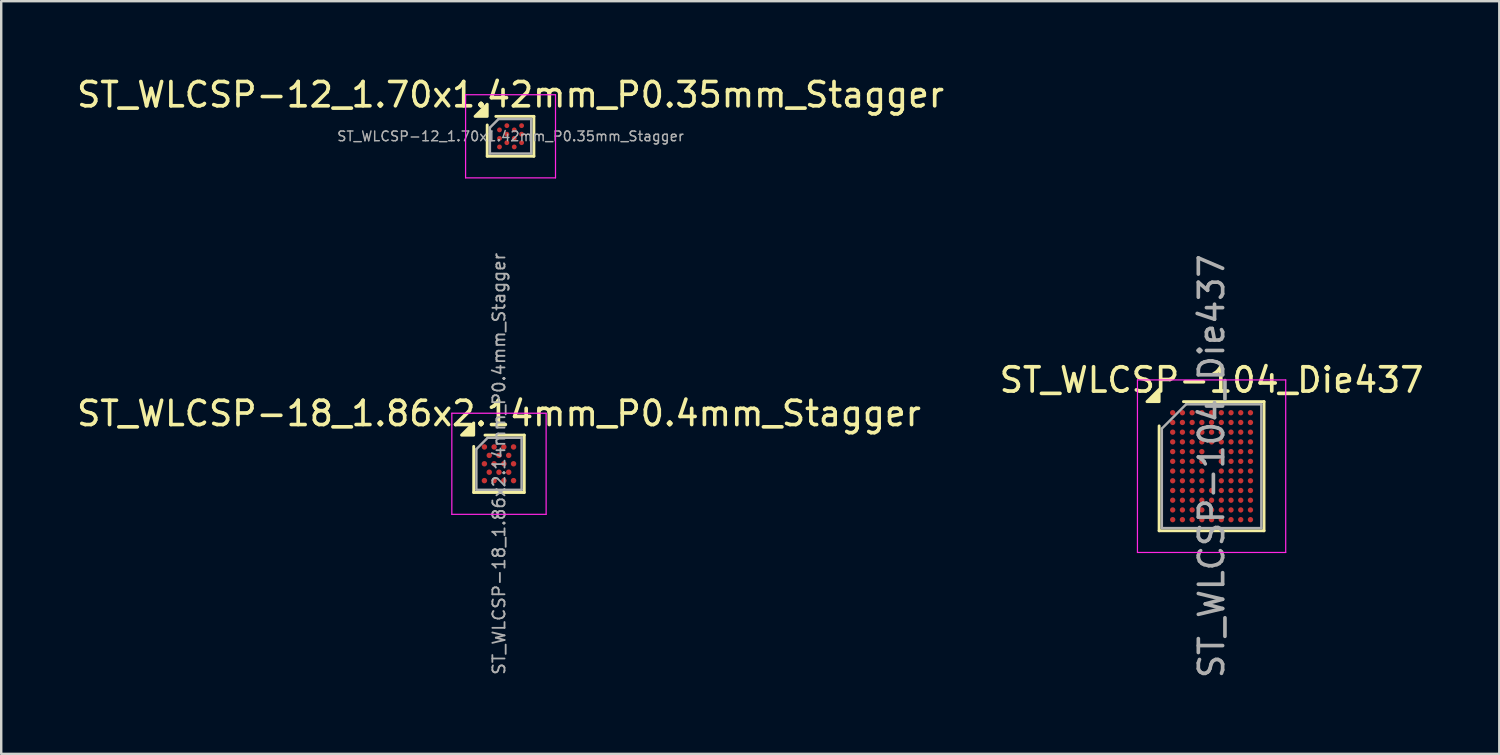
<source format=kicad_pcb>
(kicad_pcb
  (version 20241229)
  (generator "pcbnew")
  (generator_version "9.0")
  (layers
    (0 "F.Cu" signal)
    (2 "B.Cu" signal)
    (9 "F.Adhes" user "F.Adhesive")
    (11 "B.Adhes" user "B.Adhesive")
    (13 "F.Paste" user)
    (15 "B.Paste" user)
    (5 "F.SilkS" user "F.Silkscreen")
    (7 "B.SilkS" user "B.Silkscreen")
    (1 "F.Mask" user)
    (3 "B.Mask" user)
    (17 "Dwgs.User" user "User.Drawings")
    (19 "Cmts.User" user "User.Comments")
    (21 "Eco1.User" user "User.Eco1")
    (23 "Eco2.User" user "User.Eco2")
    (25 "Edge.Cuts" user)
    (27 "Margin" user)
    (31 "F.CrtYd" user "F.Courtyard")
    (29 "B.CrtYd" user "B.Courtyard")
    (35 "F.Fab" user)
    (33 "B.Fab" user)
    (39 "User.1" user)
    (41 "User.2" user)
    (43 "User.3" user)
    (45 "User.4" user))
  (footprint "ST_WLCSP-12_1.70x1.42mm_P0.35mm_Stagger"
    (layer "F.Cu")
    (at 17.958 2.558)
    (property "Reference" "ST_WLCSP-12_1.70x1.42mm_P0.35mm_Stagger" (at 0 -1.71 0) (layer "F.SilkS") (effects (font (size 1 1) (thickness 0.15))))
    (attr smd)
    (fp_line (start -0.96 0.82) (end -0.96 -0.465) (stroke (width 0.12) (type solid)) (layer "F.SilkS"))
    (fp_line (start -0.605 -0.82) (end 0.96 -0.82) (stroke (width 0.12) (type solid)) (layer "F.SilkS"))
    (fp_line (start 0.96 -0.82) (end 0.96 0.82) (stroke (width 0.12) (type solid)) (layer "F.SilkS"))
    (fp_line (start 0.96 0.82) (end -0.96 0.82) (stroke (width 0.12) (type solid)) (layer "F.SilkS"))
    (fp_poly (pts (xy -0.96 -0.82) (xy -1.46 -0.82) (xy -0.96 -1.32) (xy -0.96 -0.82)) (stroke (width 0.12) (type solid)) (fill yes) (layer "F.SilkS"))
    (fp_line (start -1.85 -1.71) (end -1.85 1.71) (stroke (width 0.05) (type solid)) (layer "F.CrtYd"))
    (fp_line (start -1.85 1.71) (end 1.85 1.71) (stroke (width 0.05) (type solid)) (layer "F.CrtYd"))
    (fp_line (start 1.85 -1.71) (end -1.85 -1.71) (stroke (width 0.05) (type solid)) (layer "F.CrtYd"))
    (fp_line (start 1.85 1.71) (end 1.85 -1.71) (stroke (width 0.05) (type solid)) (layer "F.CrtYd"))
    (fp_line (start -0.85 -0.355) (end -0.495 -0.71) (stroke (width 0.1) (type solid)) (layer "F.Fab"))
    (fp_line (start -0.85 0.71) (end -0.85 -0.355) (stroke (width 0.1) (type solid)) (layer "F.Fab"))
    (fp_line (start -0.495 -0.71) (end 0.85 -0.71) (stroke (width 0.1) (type solid)) (layer "F.Fab"))
    (fp_line (start 0.85 -0.71) (end 0.85 0.71) (stroke (width 0.1) (type solid)) (layer "F.Fab"))
    (fp_line (start 0.85 0.71) (end -0.85 0.71) (stroke (width 0.1) (type solid)) (layer "F.Fab"))
    (fp_text user "${REFERENCE}" (at 0 0 0) (layer "F.Fab") (effects (font (size 0.4 0.4) (thickness 0.06))))
    (pad "A2" smd circle (at -0.152 -0.438) (size 0.2 0.2) (property pad_prop_bga) (layers "F.Cu" "F.Mask" "F.Paste"))
    (pad "A4" smd circle (at 0.455 -0.438) (size 0.2 0.2) (property pad_prop_bga) (layers "F.Cu" "F.Mask" "F.Paste"))
    (pad "B1" smd circle (at -0.455 -0.263) (size 0.2 0.2) (property pad_prop_bga) (layers "F.Cu" "F.Mask" "F.Paste"))
    (pad "B3" smd circle (at 0.152 -0.263) (size 0.2 0.2) (property pad_prop_bga) (layers "F.Cu" "F.Mask" "F.Paste"))
    (pad "C2" smd circle (at -0.152 -0.087) (size 0.2 0.2) (property pad_prop_bga) (layers "F.Cu" "F.Mask" "F.Paste"))
    (pad "C4" smd circle (at 0.455 -0.087) (size 0.2 0.2) (property pad_prop_bga) (layers "F.Cu" "F.Mask" "F.Paste"))
    (pad "D1" smd circle (at -0.455 0.087) (size 0.2 0.2) (property pad_prop_bga) (layers "F.Cu" "F.Mask" "F.Paste"))
    (pad "D3" smd circle (at 0.152 0.087) (size 0.2 0.2) (property pad_prop_bga) (layers "F.Cu" "F.Mask" "F.Paste"))
    (pad "E2" smd circle (at -0.152 0.263) (size 0.2 0.2) (property pad_prop_bga) (layers "F.Cu" "F.Mask" "F.Paste"))
    (pad "E4" smd circle (at 0.455 0.263) (size 0.2 0.2) (property pad_prop_bga) (layers "F.Cu" "F.Mask" "F.Paste"))
    (pad "F1" smd circle (at -0.455 0.438) (size 0.2 0.2) (property pad_prop_bga) (layers "F.Cu" "F.Mask" "F.Paste"))
    (pad "F3" smd circle (at 0.152 0.438) (size 0.2 0.2) (property pad_prop_bga) (layers "F.Cu" "F.Mask" "F.Paste")))
  (footprint "ST_WLCSP-104_Die437"
    (layer "F.Cu")
    (at 46.804 16.133)
    (property "Reference" "ST_WLCSP-104_Die437" (at 0 -3.547 0) (layer "F.SilkS") (effects (font (size 1 1) (thickness 0.15))))
    (attr smd)
    (fp_line (start -2.158 2.657) (end -2.158 -1.657) (stroke (width 0.12) (type solid)) (layer "F.SilkS"))
    (fp_line (start -1.157 -2.657) (end 2.158 -2.657) (stroke (width 0.12) (type solid)) (layer "F.SilkS"))
    (fp_line (start 2.158 -2.657) (end 2.158 2.657) (stroke (width 0.12) (type solid)) (layer "F.SilkS"))
    (fp_line (start 2.158 2.657) (end -2.158 2.657) (stroke (width 0.12) (type solid)) (layer "F.SilkS"))
    (fp_poly (pts (xy -2.158 -2.657) (xy -2.658 -2.657) (xy -2.158 -3.157) (xy -2.158 -2.657)) (stroke (width 0.12) (type solid)) (fill yes) (layer "F.SilkS"))
    (fp_line (start -3.05 -3.55) (end -3.05 3.55) (stroke (width 0.05) (type solid)) (layer "F.CrtYd"))
    (fp_line (start -3.05 3.55) (end 3.05 3.55) (stroke (width 0.05) (type solid)) (layer "F.CrtYd"))
    (fp_line (start 3.05 -3.55) (end -3.05 -3.55) (stroke (width 0.05) (type solid)) (layer "F.CrtYd"))
    (fp_line (start 3.05 3.55) (end 3.05 -3.55) (stroke (width 0.05) (type solid)) (layer "F.CrtYd"))
    (fp_line (start -2.047 -1.547) (end -1.048 -2.547) (stroke (width 0.1) (type solid)) (layer "F.Fab"))
    (fp_line (start -2.047 2.547) (end -2.047 -1.547) (stroke (width 0.1) (type solid)) (layer "F.Fab"))
    (fp_line (start -1.048 -2.547) (end 2.047 -2.547) (stroke (width 0.1) (type solid)) (layer "F.Fab"))
    (fp_line (start 2.047 -2.547) (end 2.047 2.547) (stroke (width 0.1) (type solid)) (layer "F.Fab"))
    (fp_line (start 2.047 2.547) (end -2.047 2.547) (stroke (width 0.1) (type solid)) (layer "F.Fab"))
    (fp_text user "${REFERENCE}" (at 0 0 270) (layer "F.Fab") (effects (font (size 1 1) (thickness 0.15))))
    (pad "A1" smd circle (at -1.6 -2.2) (size 0.22 0.22) (property pad_prop_bga) (layers "F.Cu" "F.Mask" "F.Paste"))
    (pad "A2" smd circle (at -1.2 -2.2) (size 0.22 0.22) (property pad_prop_bga) (layers "F.Cu" "F.Mask" "F.Paste"))
    (pad "A3" smd circle (at -0.8 -2.2) (size 0.22 0.22) (property pad_prop_bga) (layers "F.Cu" "F.Mask" "F.Paste"))
    (pad "A4" smd circle (at -0.4 -2.2) (size 0.22 0.22) (property pad_prop_bga) (layers "F.Cu" "F.Mask" "F.Paste"))
    (pad "A5" smd circle (at 0 -2.2) (size 0.22 0.22) (property pad_prop_bga) (layers "F.Cu" "F.Mask" "F.Paste"))
    (pad "A6" smd circle (at 0.4 -2.2) (size 0.22 0.22) (property pad_prop_bga) (layers "F.Cu" "F.Mask" "F.Paste"))
    (pad "A7" smd circle (at 0.8 -2.2) (size 0.22 0.22) (property pad_prop_bga) (layers "F.Cu" "F.Mask" "F.Paste"))
    (pad "A8" smd circle (at 1.2 -2.2) (size 0.22 0.22) (property pad_prop_bga) (layers "F.Cu" "F.Mask" "F.Paste"))
    (pad "A9" smd circle (at 1.6 -2.2) (size 0.22 0.22) (property pad_prop_bga) (layers "F.Cu" "F.Mask" "F.Paste"))
    (pad "B1" smd circle (at -1.6 -1.8) (size 0.22 0.22) (property pad_prop_bga) (layers "F.Cu" "F.Mask" "F.Paste"))
    (pad "B2" smd circle (at -1.2 -1.8) (size 0.22 0.22) (property pad_prop_bga) (layers "F.Cu" "F.Mask" "F.Paste"))
    (pad "B3" smd circle (at -0.8 -1.8) (size 0.22 0.22) (property pad_prop_bga) (layers "F.Cu" "F.Mask" "F.Paste"))
    (pad "B4" smd circle (at -0.4 -1.8) (size 0.22 0.22) (property pad_prop_bga) (layers "F.Cu" "F.Mask" "F.Paste"))
    (pad "B5" smd circle (at 0 -1.8) (size 0.22 0.22) (property pad_prop_bga) (layers "F.Cu" "F.Mask" "F.Paste"))
    (pad "B6" smd circle (at 0.4 -1.8) (size 0.22 0.22) (property pad_prop_bga) (layers "F.Cu" "F.Mask" "F.Paste"))
    (pad "B7" smd circle (at 0.8 -1.8) (size 0.22 0.22) (property pad_prop_bga) (layers "F.Cu" "F.Mask" "F.Paste"))
    (pad "B8" smd circle (at 1.2 -1.8) (size 0.22 0.22) (property pad_prop_bga) (layers "F.Cu" "F.Mask" "F.Paste"))
    (pad "B9" smd circle (at 1.6 -1.8) (size 0.22 0.22) (property pad_prop_bga) (layers "F.Cu" "F.Mask" "F.Paste"))
    (pad "C1" smd circle (at -1.6 -1.4) (size 0.22 0.22) (property pad_prop_bga) (layers "F.Cu" "F.Mask" "F.Paste"))
    (pad "C2" smd circle (at -1.2 -1.4) (size 0.22 0.22) (property pad_prop_bga) (layers "F.Cu" "F.Mask" "F.Paste"))
    (pad "C3" smd circle (at -0.8 -1.4) (size 0.22 0.22) (property pad_prop_bga) (layers "F.Cu" "F.Mask" "F.Paste"))
    (pad "C4" smd circle (at -0.4 -1.4) (size 0.22 0.22) (property pad_prop_bga) (layers "F.Cu" "F.Mask" "F.Paste"))
    (pad "C5" smd circle (at 0 -1.4) (size 0.22 0.22) (property pad_prop_bga) (layers "F.Cu" "F.Mask" "F.Paste"))
    (pad "C6" smd circle (at 0.4 -1.4) (size 0.22 0.22) (property pad_prop_bga) (layers "F.Cu" "F.Mask" "F.Paste"))
    (pad "C7" smd circle (at 0.8 -1.4) (size 0.22 0.22) (property pad_prop_bga) (layers "F.Cu" "F.Mask" "F.Paste"))
    (pad "C8" smd circle (at 1.2 -1.4) (size 0.22 0.22) (property pad_prop_bga) (layers "F.Cu" "F.Mask" "F.Paste"))
    (pad "C9" smd circle (at 1.6 -1.4) (size 0.22 0.22) (property pad_prop_bga) (layers "F.Cu" "F.Mask" "F.Paste"))
    (pad "D1" smd circle (at -1.6 -1) (size 0.22 0.22) (property pad_prop_bga) (layers "F.Cu" "F.Mask" "F.Paste"))
    (pad "D2" smd circle (at -1.2 -1) (size 0.22 0.22) (property pad_prop_bga) (layers "F.Cu" "F.Mask" "F.Paste"))
    (pad "D3" smd circle (at -0.8 -1) (size 0.22 0.22) (property pad_prop_bga) (layers "F.Cu" "F.Mask" "F.Paste"))
    (pad "D4" smd circle (at -0.4 -1) (size 0.22 0.22) (property pad_prop_bga) (layers "F.Cu" "F.Mask" "F.Paste"))
    (pad "D5" smd circle (at 0 -1) (size 0.22 0.22) (property pad_prop_bga) (layers "F.Cu" "F.Mask" "F.Paste"))
    (pad "D6" smd circle (at 0.4 -1) (size 0.22 0.22) (property pad_prop_bga) (layers "F.Cu" "F.Mask" "F.Paste"))
    (pad "D7" smd circle (at 0.8 -1) (size 0.22 0.22) (property pad_prop_bga) (layers "F.Cu" "F.Mask" "F.Paste"))
    (pad "D8" smd circle (at 1.2 -1) (size 0.22 0.22) (property pad_prop_bga) (layers "F.Cu" "F.Mask" "F.Paste"))
    (pad "D9" smd circle (at 1.6 -1) (size 0.22 0.22) (property pad_prop_bga) (layers "F.Cu" "F.Mask" "F.Paste"))
    (pad "E1" smd circle (at -1.6 -0.6) (size 0.22 0.22) (property pad_prop_bga) (layers "F.Cu" "F.Mask" "F.Paste"))
    (pad "E2" smd circle (at -1.2 -0.6) (size 0.22 0.22) (property pad_prop_bga) (layers "F.Cu" "F.Mask" "F.Paste"))
    (pad "E3" smd circle (at -0.8 -0.6) (size 0.22 0.22) (property pad_prop_bga) (layers "F.Cu" "F.Mask" "F.Paste"))
    (pad "E4" smd circle (at -0.4 -0.6) (size 0.22 0.22) (property pad_prop_bga) (layers "F.Cu" "F.Mask" "F.Paste"))
    (pad "E6" smd circle (at 0.4 -0.6) (size 0.22 0.22) (property pad_prop_bga) (layers "F.Cu" "F.Mask" "F.Paste"))
    (pad "E7" smd circle (at 0.8 -0.6) (size 0.22 0.22) (property pad_prop_bga) (layers "F.Cu" "F.Mask" "F.Paste"))
    (pad "E8" smd circle (at 1.2 -0.6) (size 0.22 0.22) (property pad_prop_bga) (layers "F.Cu" "F.Mask" "F.Paste"))
    (pad "E9" smd circle (at 1.6 -0.6) (size 0.22 0.22) (property pad_prop_bga) (layers "F.Cu" "F.Mask" "F.Paste"))
    (pad "F1" smd circle (at -1.6 -0.2) (size 0.22 0.22) (property pad_prop_bga) (layers "F.Cu" "F.Mask" "F.Paste"))
    (pad "F2" smd circle (at -1.2 -0.2) (size 0.22 0.22) (property pad_prop_bga) (layers "F.Cu" "F.Mask" "F.Paste"))
    (pad "F3" smd circle (at -0.8 -0.2) (size 0.22 0.22) (property pad_prop_bga) (layers "F.Cu" "F.Mask" "F.Paste"))
    (pad "F4" smd circle (at -0.4 -0.2) (size 0.22 0.22) (property pad_prop_bga) (layers "F.Cu" "F.Mask" "F.Paste"))
    (pad "F6" smd circle (at 0.4 -0.2) (size 0.22 0.22) (property pad_prop_bga) (layers "F.Cu" "F.Mask" "F.Paste"))
    (pad "F7" smd circle (at 0.8 -0.2) (size 0.22 0.22) (property pad_prop_bga) (layers "F.Cu" "F.Mask" "F.Paste"))
    (pad "F8" smd circle (at 1.2 -0.2) (size 0.22 0.22) (property pad_prop_bga) (layers "F.Cu" "F.Mask" "F.Paste"))
    (pad "F9" smd circle (at 1.6 -0.2) (size 0.22 0.22) (property pad_prop_bga) (layers "F.Cu" "F.Mask" "F.Paste"))
    (pad "G1" smd circle (at -1.6 0.2) (size 0.22 0.22) (property pad_prop_bga) (layers "F.Cu" "F.Mask" "F.Paste"))
    (pad "G2" smd circle (at -1.2 0.2) (size 0.22 0.22) (property pad_prop_bga) (layers "F.Cu" "F.Mask" "F.Paste"))
    (pad "G3" smd circle (at -0.8 0.2) (size 0.22 0.22) (property pad_prop_bga) (layers "F.Cu" "F.Mask" "F.Paste"))
    (pad "G4" smd circle (at -0.4 0.2) (size 0.22 0.22) (property pad_prop_bga) (layers "F.Cu" "F.Mask" "F.Paste"))
    (pad "G6" smd circle (at 0.4 0.2) (size 0.22 0.22) (property pad_prop_bga) (layers "F.Cu" "F.Mask" "F.Paste"))
    (pad "G7" smd circle (at 0.8 0.2) (size 0.22 0.22) (property pad_prop_bga) (layers "F.Cu" "F.Mask" "F.Paste"))
    (pad "G8" smd circle (at 1.2 0.2) (size 0.22 0.22) (property pad_prop_bga) (layers "F.Cu" "F.Mask" "F.Paste"))
    (pad "G9" smd circle (at 1.6 0.2) (size 0.22 0.22) (property pad_prop_bga) (layers "F.Cu" "F.Mask" "F.Paste"))
    (pad "H1" smd circle (at -1.6 0.6) (size 0.22 0.22) (property pad_prop_bga) (layers "F.Cu" "F.Mask" "F.Paste"))
    (pad "H2" smd circle (at -1.2 0.6) (size 0.22 0.22) (property pad_prop_bga) (layers "F.Cu" "F.Mask" "F.Paste"))
    (pad "H3" smd circle (at -0.8 0.6) (size 0.22 0.22) (property pad_prop_bga) (layers "F.Cu" "F.Mask" "F.Paste"))
    (pad "H4" smd circle (at -0.4 0.6) (size 0.22 0.22) (property pad_prop_bga) (layers "F.Cu" "F.Mask" "F.Paste"))
    (pad "H6" smd circle (at 0.4 0.6) (size 0.22 0.22) (property pad_prop_bga) (layers "F.Cu" "F.Mask" "F.Paste"))
    (pad "H7" smd circle (at 0.8 0.6) (size 0.22 0.22) (property pad_prop_bga) (layers "F.Cu" "F.Mask" "F.Paste"))
    (pad "H8" smd circle (at 1.2 0.6) (size 0.22 0.22) (property pad_prop_bga) (layers "F.Cu" "F.Mask" "F.Paste"))
    (pad "H9" smd circle (at 1.6 0.6) (size 0.22 0.22) (property pad_prop_bga) (layers "F.Cu" "F.Mask" "F.Paste"))
    (pad "J1" smd circle (at -1.6 1) (size 0.22 0.22) (property pad_prop_bga) (layers "F.Cu" "F.Mask" "F.Paste"))
    (pad "J2" smd circle (at -1.2 1) (size 0.22 0.22) (property pad_prop_bga) (layers "F.Cu" "F.Mask" "F.Paste"))
    (pad "J3" smd circle (at -0.8 1) (size 0.22 0.22) (property pad_prop_bga) (layers "F.Cu" "F.Mask" "F.Paste"))
    (pad "J4" smd circle (at -0.4 1) (size 0.22 0.22) (property pad_prop_bga) (layers "F.Cu" "F.Mask" "F.Paste"))
    (pad "J5" smd circle (at 0 1) (size 0.22 0.22) (property pad_prop_bga) (layers "F.Cu" "F.Mask" "F.Paste"))
    (pad "J6" smd circle (at 0.4 1) (size 0.22 0.22) (property pad_prop_bga) (layers "F.Cu" "F.Mask" "F.Paste"))
    (pad "J7" smd circle (at 0.8 1) (size 0.22 0.22) (property pad_prop_bga) (layers "F.Cu" "F.Mask" "F.Paste"))
    (pad "J8" smd circle (at 1.2 1) (size 0.22 0.22) (property pad_prop_bga) (layers "F.Cu" "F.Mask" "F.Paste"))
    (pad "J9" smd circle (at 1.6 1) (size 0.22 0.22) (property pad_prop_bga) (layers "F.Cu" "F.Mask" "F.Paste"))
    (pad "K1" smd circle (at -1.6 1.4) (size 0.22 0.22) (property pad_prop_bga) (layers "F.Cu" "F.Mask" "F.Paste"))
    (pad "K2" smd circle (at -1.2 1.4) (size 0.22 0.22) (property pad_prop_bga) (layers "F.Cu" "F.Mask" "F.Paste"))
    (pad "K3" smd circle (at -0.8 1.4) (size 0.22 0.22) (property pad_prop_bga) (layers "F.Cu" "F.Mask" "F.Paste"))
    (pad "K4" smd circle (at -0.4 1.4) (size 0.22 0.22) (property pad_prop_bga) (layers "F.Cu" "F.Mask" "F.Paste"))
    (pad "K5" smd circle (at 0 1.4) (size 0.22 0.22) (property pad_prop_bga) (layers "F.Cu" "F.Mask" "F.Paste"))
    (pad "K6" smd circle (at 0.4 1.4) (size 0.22 0.22) (property pad_prop_bga) (layers "F.Cu" "F.Mask" "F.Paste"))
    (pad "K7" smd circle (at 0.8 1.4) (size 0.22 0.22) (property pad_prop_bga) (layers "F.Cu" "F.Mask" "F.Paste"))
    (pad "K8" smd circle (at 1.2 1.4) (size 0.22 0.22) (property pad_prop_bga) (layers "F.Cu" "F.Mask" "F.Paste"))
    (pad "K9" smd circle (at 1.6 1.4) (size 0.22 0.22) (property pad_prop_bga) (layers "F.Cu" "F.Mask" "F.Paste"))
    (pad "L1" smd circle (at -1.6 1.8) (size 0.22 0.22) (property pad_prop_bga) (layers "F.Cu" "F.Mask" "F.Paste"))
    (pad "L2" smd circle (at -1.2 1.8) (size 0.22 0.22) (property pad_prop_bga) (layers "F.Cu" "F.Mask" "F.Paste"))
    (pad "L3" smd circle (at -0.8 1.8) (size 0.22 0.22) (property pad_prop_bga) (layers "F.Cu" "F.Mask" "F.Paste"))
    (pad "L4" smd circle (at -0.4 1.8) (size 0.22 0.22) (property pad_prop_bga) (layers "F.Cu" "F.Mask" "F.Paste"))
    (pad "L5" smd circle (at 0 1.8) (size 0.22 0.22) (property pad_prop_bga) (layers "F.Cu" "F.Mask" "F.Paste"))
    (pad "L6" smd circle (at 0.4 1.8) (size 0.22 0.22) (property pad_prop_bga) (layers "F.Cu" "F.Mask" "F.Paste"))
    (pad "L7" smd circle (at 0.8 1.8) (size 0.22 0.22) (property pad_prop_bga) (layers "F.Cu" "F.Mask" "F.Paste"))
    (pad "L8" smd circle (at 1.2 1.8) (size 0.22 0.22) (property pad_prop_bga) (layers "F.Cu" "F.Mask" "F.Paste"))
    (pad "L9" smd circle (at 1.6 1.8) (size 0.22 0.22) (property pad_prop_bga) (layers "F.Cu" "F.Mask" "F.Paste"))
    (pad "M1" smd circle (at -1.6 2.2) (size 0.22 0.22) (property pad_prop_bga) (layers "F.Cu" "F.Mask" "F.Paste"))
    (pad "M2" smd circle (at -1.2 2.2) (size 0.22 0.22) (property pad_prop_bga) (layers "F.Cu" "F.Mask" "F.Paste"))
    (pad "M3" smd circle (at -0.8 2.2) (size 0.22 0.22) (property pad_prop_bga) (layers "F.Cu" "F.Mask" "F.Paste"))
    (pad "M4" smd circle (at -0.4 2.2) (size 0.22 0.22) (property pad_prop_bga) (layers "F.Cu" "F.Mask" "F.Paste"))
    (pad "M5" smd circle (at 0 2.2) (size 0.22 0.22) (property pad_prop_bga) (layers "F.Cu" "F.Mask" "F.Paste"))
    (pad "M6" smd circle (at 0.4 2.2) (size 0.22 0.22) (property pad_prop_bga) (layers "F.Cu" "F.Mask" "F.Paste"))
    (pad "M7" smd circle (at 0.8 2.2) (size 0.22 0.22) (property pad_prop_bga) (layers "F.Cu" "F.Mask" "F.Paste"))
    (pad "M8" smd circle (at 1.2 2.2) (size 0.22 0.22) (property pad_prop_bga) (layers "F.Cu" "F.Mask" "F.Paste"))
    (pad "M9" smd circle (at 1.6 2.2) (size 0.22 0.22) (property pad_prop_bga) (layers "F.Cu" "F.Mask" "F.Paste")))
  (footprint "ST_WLCSP-18_1.86x2.14mm_P0.4mm_Stagger"
    (layer "F.Cu")
    (at 17.482 16.034)
    (property "Reference" "ST_WLCSP-18_1.86x2.14mm_P0.4mm_Stagger" (at 0 -2.07 0) (layer "F.SilkS") (effects (font (size 1 1) (thickness 0.15))))
    (attr smd)
    (fp_line (start -1.04 1.18) (end -1.04 -0.715) (stroke (width 0.12) (type solid)) (layer "F.SilkS"))
    (fp_line (start -0.575 -1.18) (end 1.04 -1.18) (stroke (width 0.12) (type solid)) (layer "F.SilkS"))
    (fp_line (start 1.04 -1.18) (end 1.04 1.18) (stroke (width 0.12) (type solid)) (layer "F.SilkS"))
    (fp_line (start 1.04 1.18) (end -1.04 1.18) (stroke (width 0.12) (type solid)) (layer "F.SilkS"))
    (fp_poly (pts (xy -1.04 -1.18) (xy -1.54 -1.18) (xy -1.04 -1.68) (xy -1.04 -1.18)) (stroke (width 0.12) (type solid)) (fill yes) (layer "F.SilkS"))
    (fp_line (start -1.94 -2.08) (end -1.94 2.08) (stroke (width 0.05) (type solid)) (layer "F.CrtYd"))
    (fp_line (start -1.94 2.08) (end 1.94 2.08) (stroke (width 0.05) (type solid)) (layer "F.CrtYd"))
    (fp_line (start 1.94 -2.08) (end -1.94 -2.08) (stroke (width 0.05) (type solid)) (layer "F.CrtYd"))
    (fp_line (start 1.94 2.08) (end 1.94 -2.08) (stroke (width 0.05) (type solid)) (layer "F.CrtYd"))
    (fp_line (start -0.93 -0.605) (end -0.465 -1.07) (stroke (width 0.1) (type solid)) (layer "F.Fab"))
    (fp_line (start -0.93 1.07) (end -0.93 -0.605) (stroke (width 0.1) (type solid)) (layer "F.Fab"))
    (fp_line (start -0.465 -1.07) (end 0.93 -1.07) (stroke (width 0.1) (type solid)) (layer "F.Fab"))
    (fp_line (start 0.93 -1.07) (end 0.93 1.07) (stroke (width 0.1) (type solid)) (layer "F.Fab"))
    (fp_line (start 0.93 1.07) (end -0.93 1.07) (stroke (width 0.1) (type solid)) (layer "F.Fab"))
    (fp_text user "${REFERENCE}" (at 0 0 270) (layer "F.Fab") (effects (font (size 0.5 0.5) (thickness 0.075))))
    (pad "A1" smd circle (at -0.6 -0.693) (size 0.225 0.225) (property pad_prop_bga) (layers "F.Cu" "F.Mask" "F.Paste"))
    (pad "A3" smd circle (at -0.2 -0.693) (size 0.225 0.225) (property pad_prop_bga) (layers "F.Cu" "F.Mask" "F.Paste"))
    (pad "A5" smd circle (at 0.2 -0.693) (size 0.225 0.225) (property pad_prop_bga) (layers "F.Cu" "F.Mask" "F.Paste"))
    (pad "A7" smd circle (at 0.6 -0.693) (size 0.225 0.225) (property pad_prop_bga) (layers "F.Cu" "F.Mask" "F.Paste"))
    (pad "B2" smd circle (at -0.4 -0.346) (size 0.225 0.225) (property pad_prop_bga) (layers "F.Cu" "F.Mask" "F.Paste"))
    (pad "B4" smd circle (at 0 -0.346) (size 0.225 0.225) (property pad_prop_bga) (layers "F.Cu" "F.Mask" "F.Paste"))
    (pad "B6" smd circle (at 0.4 -0.346) (size 0.225 0.225) (property pad_prop_bga) (layers "F.Cu" "F.Mask" "F.Paste"))
    (pad "C1" smd circle (at -0.6 0) (size 0.225 0.225) (property pad_prop_bga) (layers "F.Cu" "F.Mask" "F.Paste"))
    (pad "C3" smd circle (at -0.2 0) (size 0.225 0.225) (property pad_prop_bga) (layers "F.Cu" "F.Mask" "F.Paste"))
    (pad "C5" smd circle (at 0.2 0) (size 0.225 0.225) (property pad_prop_bga) (layers "F.Cu" "F.Mask" "F.Paste"))
    (pad "C7" smd circle (at 0.6 0) (size 0.225 0.225) (property pad_prop_bga) (layers "F.Cu" "F.Mask" "F.Paste"))
    (pad "D2" smd circle (at -0.4 0.346) (size 0.225 0.225) (property pad_prop_bga) (layers "F.Cu" "F.Mask" "F.Paste"))
    (pad "D4" smd circle (at 0 0.346) (size 0.225 0.225) (property pad_prop_bga) (layers "F.Cu" "F.Mask" "F.Paste"))
    (pad "D6" smd circle (at 0.4 0.346) (size 0.225 0.225) (property pad_prop_bga) (layers "F.Cu" "F.Mask" "F.Paste"))
    (pad "E1" smd circle (at -0.6 0.693) (size 0.225 0.225) (property pad_prop_bga) (layers "F.Cu" "F.Mask" "F.Paste"))
    (pad "E3" smd circle (at -0.2 0.693) (size 0.225 0.225) (property pad_prop_bga) (layers "F.Cu" "F.Mask" "F.Paste"))
    (pad "E5" smd circle (at 0.2 0.693) (size 0.225 0.225) (property pad_prop_bga) (layers "F.Cu" "F.Mask" "F.Paste"))
    (pad "E7" smd circle (at 0.6 0.693) (size 0.225 0.225) (property pad_prop_bga) (layers "F.Cu" "F.Mask" "F.Paste")))
  (gr_rect
    (start -3 -3)
    (end 58.643 27.972)
    (stroke (width 0.1) (type default))
    (fill no)
    (layer "Edge.Cuts")))
</source>
